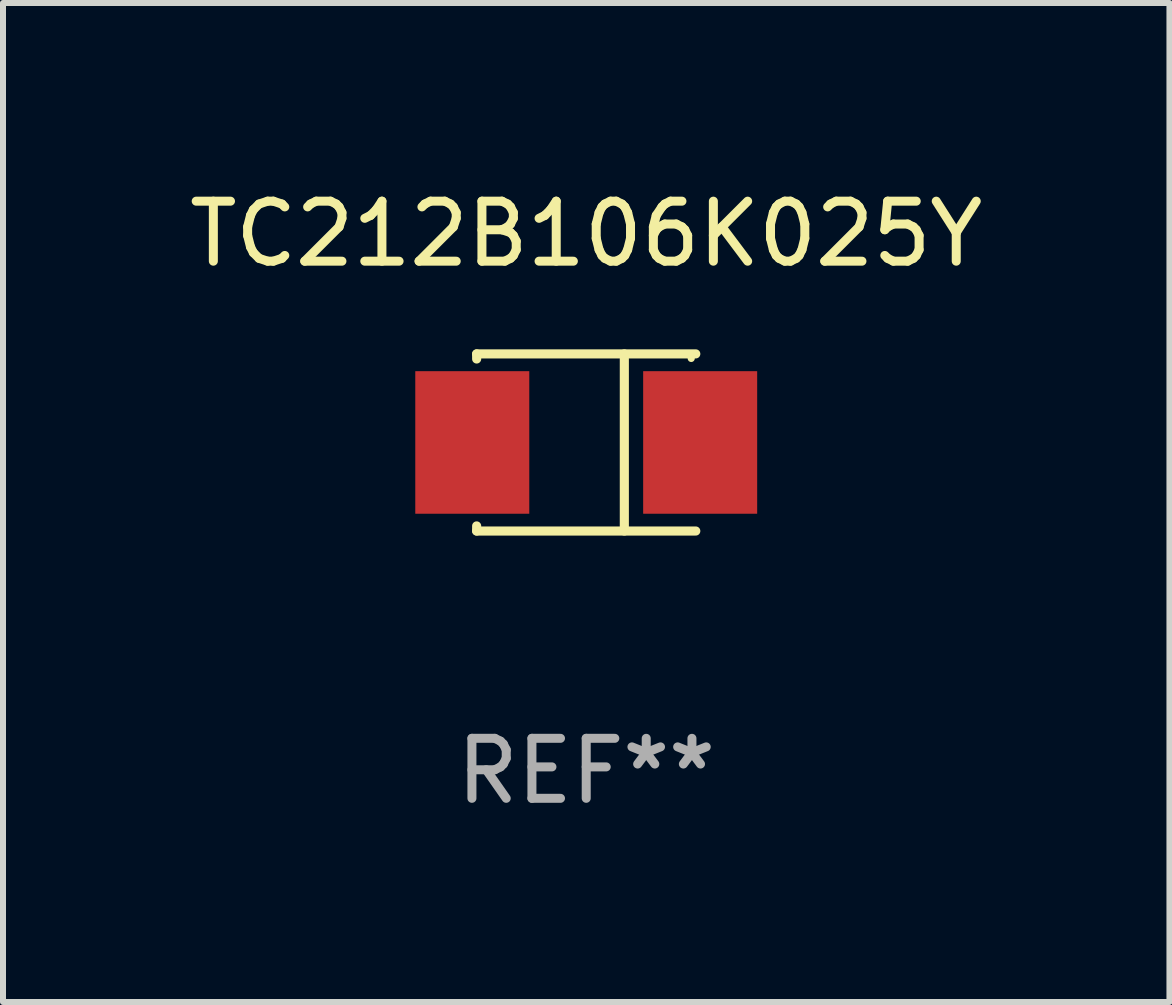
<source format=kicad_pcb>
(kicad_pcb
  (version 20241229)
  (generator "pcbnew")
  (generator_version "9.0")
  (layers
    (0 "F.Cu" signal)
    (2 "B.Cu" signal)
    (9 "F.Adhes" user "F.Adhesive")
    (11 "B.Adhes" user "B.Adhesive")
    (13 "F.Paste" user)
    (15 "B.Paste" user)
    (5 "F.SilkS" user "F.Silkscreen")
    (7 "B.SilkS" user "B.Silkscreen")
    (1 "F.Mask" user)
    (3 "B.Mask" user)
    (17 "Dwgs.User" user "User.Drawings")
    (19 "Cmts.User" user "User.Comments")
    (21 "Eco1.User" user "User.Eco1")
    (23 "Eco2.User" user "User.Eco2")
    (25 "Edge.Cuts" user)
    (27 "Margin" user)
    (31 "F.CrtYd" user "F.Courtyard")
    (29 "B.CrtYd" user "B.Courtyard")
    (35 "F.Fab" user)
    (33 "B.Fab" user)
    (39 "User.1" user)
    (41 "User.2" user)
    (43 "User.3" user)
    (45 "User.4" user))
  (footprint "TC212B106K025Y"
    (layer "F.Cu")
    (at 6.72 4.324)
    (property "Reference" "TC212B106K025Y" (at 0 -3.476 0) (layer "F.SilkS") (effects (font (size 1 1) (thickness 0.15))))
    (attr through_hole)
    (fp_line (start -1.826 -1.476) (end -1.826 -1.391) (stroke (width 0.152) (type solid)) (layer "F.SilkS"))
    (fp_line (start -1.826 -1.476) (end 1.826 -1.476) (stroke (width 0.152) (type solid)) (layer "F.SilkS"))
    (fp_line (start -1.826 1.476) (end -1.826 1.391) (stroke (width 0.152) (type solid)) (layer "F.SilkS"))
    (fp_line (start -1.826 1.476) (end 1.826 1.476) (stroke (width 0.152) (type solid)) (layer "F.SilkS"))
    (fp_line (start 0.635 -1.476) (end 0.635 1.476) (stroke (width 0.152) (type solid)) (layer "F.SilkS"))
    (fp_circle (center 1.75 -1.4) (end 1.78 -1.4) (stroke (width 0.06) (type solid)) (fill no) (layer "F.SilkS"))
    (fp_text user "REF**" (at 0 5.476 0) (layer "F.Fab") (effects (font (size 1 1) (thickness 0.15))))
    (pad "1" smd rect (at 1.899 0) (size 1.9 2.376) (layers "F.Cu" "F.Mask" "F.Paste"))
    (pad "2" smd rect (at -1.899 0) (size 1.9 2.376) (layers "F.Cu" "F.Mask" "F.Paste")))
  (gr_rect
    (start -3 -3)
    (end 16.44 13.649)
    (stroke (width 0.1) (type default))
    (fill no)
    (layer "Edge.Cuts")))
</source>
